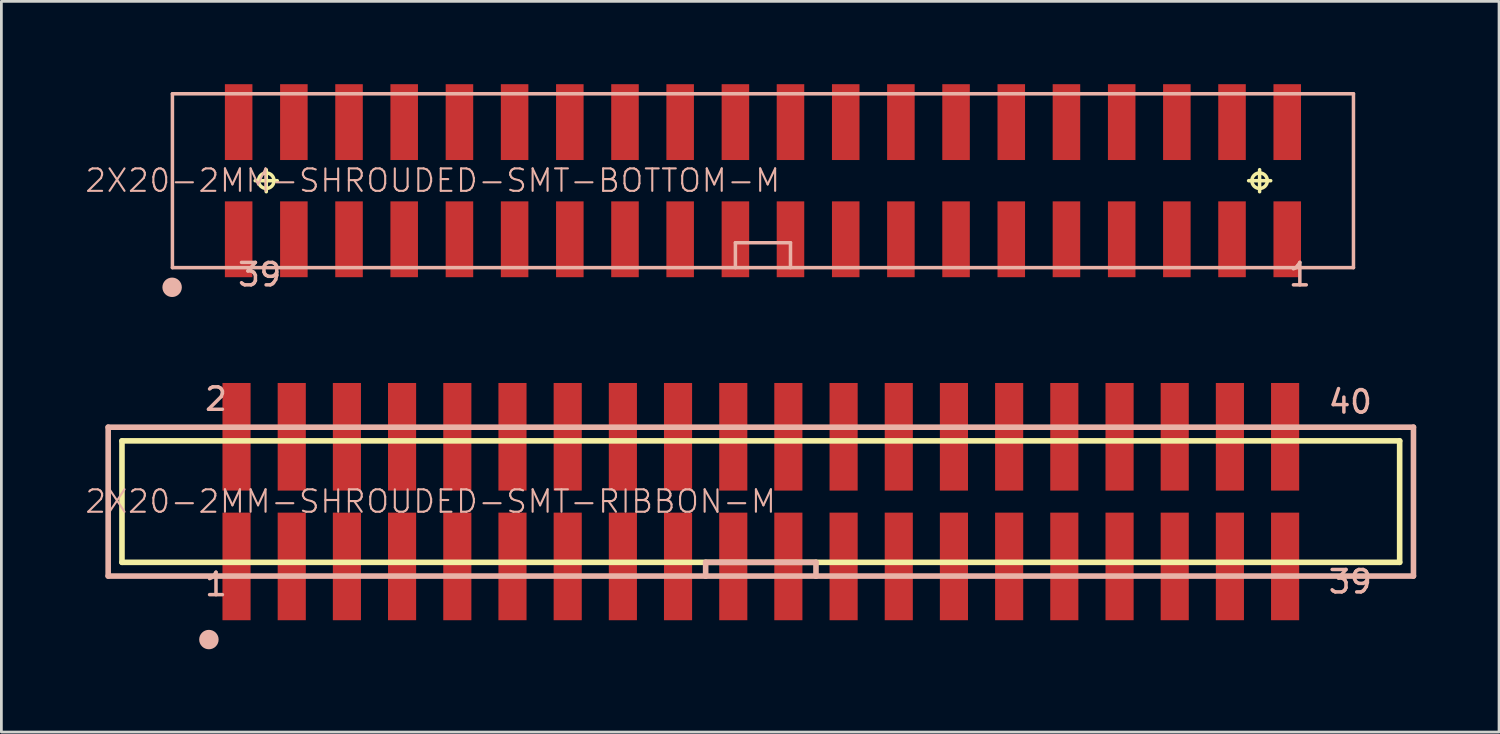
<source format=kicad_pcb>
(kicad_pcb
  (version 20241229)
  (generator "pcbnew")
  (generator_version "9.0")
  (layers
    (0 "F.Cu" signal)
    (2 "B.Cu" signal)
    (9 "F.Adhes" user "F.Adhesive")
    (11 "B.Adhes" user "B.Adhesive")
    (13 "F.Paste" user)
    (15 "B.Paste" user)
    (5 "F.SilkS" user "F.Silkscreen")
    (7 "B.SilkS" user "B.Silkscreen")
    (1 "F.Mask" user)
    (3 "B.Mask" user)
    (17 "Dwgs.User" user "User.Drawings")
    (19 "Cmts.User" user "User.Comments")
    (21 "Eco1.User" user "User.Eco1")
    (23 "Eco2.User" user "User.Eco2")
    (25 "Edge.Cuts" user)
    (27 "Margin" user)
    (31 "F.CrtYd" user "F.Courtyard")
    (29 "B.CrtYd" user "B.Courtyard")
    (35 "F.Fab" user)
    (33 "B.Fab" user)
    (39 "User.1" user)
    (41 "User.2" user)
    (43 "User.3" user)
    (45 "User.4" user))
  (footprint "2X20-2MM-SHROUDED-SMT-BOTTOM-M"
    (layer "F.Cu")
    (at 24.597 3.498)
    (property "Reference" "2X20-2MM-SHROUDED-SMT-BOTTOM-M" (at -11.966 -0.005 0) (layer "B.SilkS") (effects (font (size 0.813 0.813) (thickness 0.076))))
    (attr smd)
    (fp_line (start -18.4 0) (end -17.6 0) (stroke (width 0.127) (type solid)) (layer "F.SilkS"))
    (fp_line (start -17.998 0.399) (end -17.998 -0.399) (stroke (width 0.127) (type solid)) (layer "F.SilkS"))
    (fp_line (start 17.6 0) (end 18.4 0) (stroke (width 0.127) (type solid)) (layer "F.SilkS"))
    (fp_line (start 17.998 0.399) (end 17.998 -0.399) (stroke (width 0.127) (type solid)) (layer "F.SilkS"))
    (fp_circle (center -17.998 0) (end -18.197 0.198) (stroke (width 0.127) (type solid)) (fill no) (layer "F.SilkS"))
    (fp_circle (center 17.998 0) (end 18.197 0.198) (stroke (width 0.127) (type solid)) (fill no) (layer "F.SilkS"))
    (fp_line (start -21.399 -3.15) (end 21.399 -3.15) (stroke (width 0.127) (type solid)) (layer "B.SilkS"))
    (fp_line (start -21.399 3.15) (end -21.399 -3.15) (stroke (width 0.127) (type solid)) (layer "B.SilkS"))
    (fp_line (start -0.998 2.248) (end 0.998 2.248) (stroke (width 0.127) (type solid)) (layer "B.SilkS"))
    (fp_line (start -0.998 3.15) (end -0.998 2.248) (stroke (width 0.127) (type solid)) (layer "B.SilkS"))
    (fp_line (start 0.998 2.248) (end 0.998 3.15) (stroke (width 0.127) (type solid)) (layer "B.SilkS"))
    (fp_line (start 21.399 -3.15) (end 21.399 3.15) (stroke (width 0.127) (type solid)) (layer "B.SilkS"))
    (fp_line (start 21.399 3.15) (end -21.399 3.15) (stroke (width 0.127) (type solid)) (layer "B.SilkS"))
    (fp_circle (center -21.41 3.863) (end -21.659 4.112) (stroke (width 0) (type solid)) (fill yes) (layer "B.SilkS"))
    (fp_text user "1" (at 19.456 3.404 0) (layer "B.SilkS") (effects (font (size 0.813 0.813) (thickness 0.127))))
    (fp_text user "39" (at -18.237 3.404 0) (layer "B.SilkS") (effects (font (size 0.813 0.813) (thickness 0.127))))
    (pad "1" smd rect (at 18.999 2.123 180) (size 0.998 2.748) (layers "F.Cu" "F.Mask" "F.Paste"))
    (pad "2" smd rect (at 18.999 -2.123 180) (size 0.998 2.748) (layers "F.Cu" "F.Mask" "F.Paste"))
    (pad "3" smd rect (at 16.998 2.123 180) (size 0.998 2.748) (layers "F.Cu" "F.Mask" "F.Paste"))
    (pad "4" smd rect (at 16.998 -2.123 180) (size 0.998 2.748) (layers "F.Cu" "F.Mask" "F.Paste"))
    (pad "5" smd rect (at 14.999 2.123 180) (size 0.998 2.748) (layers "F.Cu" "F.Mask" "F.Paste"))
    (pad "6" smd rect (at 14.999 -2.123 180) (size 0.998 2.748) (layers "F.Cu" "F.Mask" "F.Paste"))
    (pad "7" smd rect (at 13 2.123 180) (size 0.998 2.748) (layers "F.Cu" "F.Mask" "F.Paste"))
    (pad "8" smd rect (at 13 -2.123 180) (size 0.998 2.748) (layers "F.Cu" "F.Mask" "F.Paste"))
    (pad "9" smd rect (at 10.998 2.123 180) (size 0.998 2.748) (layers "F.Cu" "F.Mask" "F.Paste"))
    (pad "10" smd rect (at 10.998 -2.123 180) (size 0.998 2.748) (layers "F.Cu" "F.Mask" "F.Paste"))
    (pad "11" smd rect (at 8.999 2.123 180) (size 0.998 2.748) (layers "F.Cu" "F.Mask" "F.Paste"))
    (pad "12" smd rect (at 8.999 -2.123 180) (size 0.998 2.748) (layers "F.Cu" "F.Mask" "F.Paste"))
    (pad "13" smd rect (at 6.998 2.123 180) (size 0.998 2.748) (layers "F.Cu" "F.Mask" "F.Paste"))
    (pad "14" smd rect (at 6.998 -2.123 180) (size 0.998 2.748) (layers "F.Cu" "F.Mask" "F.Paste"))
    (pad "15" smd rect (at 4.999 2.123 180) (size 0.998 2.748) (layers "F.Cu" "F.Mask" "F.Paste"))
    (pad "16" smd rect (at 4.999 -2.123 180) (size 0.998 2.748) (layers "F.Cu" "F.Mask" "F.Paste"))
    (pad "17" smd rect (at 3 2.123 180) (size 0.998 2.748) (layers "F.Cu" "F.Mask" "F.Paste"))
    (pad "18" smd rect (at 3 -2.123 180) (size 0.998 2.748) (layers "F.Cu" "F.Mask" "F.Paste"))
    (pad "19" smd rect (at 0.998 2.123 180) (size 0.998 2.748) (layers "F.Cu" "F.Mask" "F.Paste"))
    (pad "20" smd rect (at 0.998 -2.123 180) (size 0.998 2.748) (layers "F.Cu" "F.Mask" "F.Paste"))
    (pad "21" smd rect (at -0.998 2.123 180) (size 0.998 2.748) (layers "F.Cu" "F.Mask" "F.Paste"))
    (pad "22" smd rect (at -0.998 -2.123 180) (size 0.998 2.748) (layers "F.Cu" "F.Mask" "F.Paste"))
    (pad "23" smd rect (at -3 2.123 180) (size 0.998 2.748) (layers "F.Cu" "F.Mask" "F.Paste"))
    (pad "24" smd rect (at -3 -2.123 180) (size 0.998 2.748) (layers "F.Cu" "F.Mask" "F.Paste"))
    (pad "25" smd rect (at -4.999 2.123 180) (size 0.998 2.748) (layers "F.Cu" "F.Mask" "F.Paste"))
    (pad "26" smd rect (at -4.999 -2.123 180) (size 0.998 2.748) (layers "F.Cu" "F.Mask" "F.Paste"))
    (pad "27" smd rect (at -6.998 2.123 180) (size 0.998 2.748) (layers "F.Cu" "F.Mask" "F.Paste"))
    (pad "28" smd rect (at -6.998 -2.123 180) (size 0.998 2.748) (layers "F.Cu" "F.Mask" "F.Paste"))
    (pad "29" smd rect (at -8.999 2.123 180) (size 0.998 2.748) (layers "F.Cu" "F.Mask" "F.Paste"))
    (pad "30" smd rect (at -8.999 -2.123 180) (size 0.998 2.748) (layers "F.Cu" "F.Mask" "F.Paste"))
    (pad "31" smd rect (at -10.998 2.123 180) (size 0.998 2.748) (layers "F.Cu" "F.Mask" "F.Paste"))
    (pad "32" smd rect (at -10.998 -2.123 180) (size 0.998 2.748) (layers "F.Cu" "F.Mask" "F.Paste"))
    (pad "33" smd rect (at -13 2.123 180) (size 0.998 2.748) (layers "F.Cu" "F.Mask" "F.Paste"))
    (pad "34" smd rect (at -13 -2.123 180) (size 0.998 2.748) (layers "F.Cu" "F.Mask" "F.Paste"))
    (pad "35" smd rect (at -14.999 2.123 180) (size 0.998 2.748) (layers "F.Cu" "F.Mask" "F.Paste"))
    (pad "36" smd rect (at -14.999 -2.123 180) (size 0.998 2.748) (layers "F.Cu" "F.Mask" "F.Paste"))
    (pad "37" smd rect (at -16.998 2.123 180) (size 0.998 2.748) (layers "F.Cu" "F.Mask" "F.Paste"))
    (pad "38" smd rect (at -16.998 -2.123 180) (size 0.998 2.748) (layers "F.Cu" "F.Mask" "F.Paste"))
    (pad "39" smd rect (at -18.999 2.123 180) (size 0.998 2.748) (layers "F.Cu" "F.Mask" "F.Paste"))
    (pad "40" smd rect (at -18.999 -2.123 180) (size 0.998 2.748) (layers "F.Cu" "F.Mask" "F.Paste")))
  (footprint "2X20-2MM-SHROUDED-SMT-RIBBON-M"
    (layer "F.Cu")
    (at 24.52 15.127)
    (property "Reference" "2X20-2MM-SHROUDED-SMT-RIBBON-M" (at -11.966 -0.005 0) (layer "B.SilkS") (effects (font (size 0.813 0.813) (thickness 0.076))))
    (attr smd)
    (fp_line (start -23.15 -2.2) (end -23.15 2.2) (stroke (width 0.203) (type solid)) (layer "F.SilkS"))
    (fp_line (start -23.15 2.2) (end 23.15 2.2) (stroke (width 0.203) (type solid)) (layer "F.SilkS"))
    (fp_line (start 23.15 -2.2) (end -23.15 -2.2) (stroke (width 0.203) (type solid)) (layer "F.SilkS"))
    (fp_line (start 23.15 2.2) (end 23.15 -2.2) (stroke (width 0.203) (type solid)) (layer "F.SilkS"))
    (fp_line (start -23.65 -2.697) (end 23.65 -2.697) (stroke (width 0.203) (type solid)) (layer "B.SilkS"))
    (fp_line (start -23.65 2.697) (end -23.65 -2.697) (stroke (width 0.203) (type solid)) (layer "B.SilkS"))
    (fp_line (start -1.999 2.2) (end 1.999 2.2) (stroke (width 0.203) (type solid)) (layer "B.SilkS"))
    (fp_line (start -1.999 2.697) (end -23.65 2.697) (stroke (width 0.203) (type solid)) (layer "B.SilkS"))
    (fp_line (start -1.999 2.697) (end -1.999 2.2) (stroke (width 0.203) (type solid)) (layer "B.SilkS"))
    (fp_line (start 1.999 2.2) (end 1.999 2.697) (stroke (width 0.203) (type solid)) (layer "B.SilkS"))
    (fp_line (start 1.999 2.697) (end -1.999 2.697) (stroke (width 0.203) (type solid)) (layer "B.SilkS"))
    (fp_line (start 23.65 -2.697) (end 23.65 2.697) (stroke (width 0.203) (type solid)) (layer "B.SilkS"))
    (fp_line (start 23.65 2.697) (end 1.999 2.697) (stroke (width 0.203) (type solid)) (layer "B.SilkS"))
    (fp_circle (center -20 4.999) (end -20.249 5.248) (stroke (width 0) (type solid)) (fill yes) (layer "B.SilkS"))
    (fp_text user "40" (at 21.361 -3.614 0) (layer "B.SilkS") (effects (font (size 0.813 0.813) (thickness 0.127))))
    (fp_text user "2" (at -19.743 -3.716 0) (layer "B.SilkS") (effects (font (size 0.813 0.813) (thickness 0.127))))
    (fp_text user "1" (at -19.743 3.002 0) (layer "B.SilkS") (effects (font (size 0.813 0.813) (thickness 0.127))))
    (fp_text user "39" (at 21.361 2.903 0) (layer "B.SilkS") (effects (font (size 0.813 0.813) (thickness 0.127))))
    (pad "1" smd rect (at -18.999 2.349) (size 1.019 3.899) (layers "F.Cu" "F.Mask" "F.Paste"))
    (pad "2" smd rect (at -18.999 -2.349) (size 1.019 3.899) (layers "F.Cu" "F.Mask" "F.Paste"))
    (pad "3" smd rect (at -16.998 2.349) (size 1.019 3.899) (layers "F.Cu" "F.Mask" "F.Paste"))
    (pad "4" smd rect (at -16.998 -2.349) (size 1.019 3.899) (layers "F.Cu" "F.Mask" "F.Paste"))
    (pad "5" smd rect (at -14.999 2.349) (size 1.019 3.899) (layers "F.Cu" "F.Mask" "F.Paste"))
    (pad "6" smd rect (at -14.999 -2.349) (size 1.019 3.899) (layers "F.Cu" "F.Mask" "F.Paste"))
    (pad "7" smd rect (at -13 2.349) (size 1.019 3.899) (layers "F.Cu" "F.Mask" "F.Paste"))
    (pad "8" smd rect (at -13 -2.349) (size 1.019 3.899) (layers "F.Cu" "F.Mask" "F.Paste"))
    (pad "9" smd rect (at -10.998 2.349) (size 1.019 3.899) (layers "F.Cu" "F.Mask" "F.Paste"))
    (pad "10" smd rect (at -10.998 -2.349) (size 1.019 3.899) (layers "F.Cu" "F.Mask" "F.Paste"))
    (pad "11" smd rect (at -8.999 2.349) (size 1.019 3.899) (layers "F.Cu" "F.Mask" "F.Paste"))
    (pad "12" smd rect (at -8.999 -2.349) (size 1.019 3.899) (layers "F.Cu" "F.Mask" "F.Paste"))
    (pad "13" smd rect (at -6.998 2.349) (size 1.019 3.899) (layers "F.Cu" "F.Mask" "F.Paste"))
    (pad "14" smd rect (at -6.998 -2.349) (size 1.019 3.899) (layers "F.Cu" "F.Mask" "F.Paste"))
    (pad "15" smd rect (at -4.999 2.349) (size 1.019 3.899) (layers "F.Cu" "F.Mask" "F.Paste"))
    (pad "16" smd rect (at -4.999 -2.349) (size 1.019 3.899) (layers "F.Cu" "F.Mask" "F.Paste"))
    (pad "17" smd rect (at -3 2.349) (size 1.019 3.899) (layers "F.Cu" "F.Mask" "F.Paste"))
    (pad "18" smd rect (at -3 -2.349) (size 1.019 3.899) (layers "F.Cu" "F.Mask" "F.Paste"))
    (pad "19" smd rect (at -0.998 2.349) (size 1.019 3.899) (layers "F.Cu" "F.Mask" "F.Paste"))
    (pad "20" smd rect (at -0.998 -2.349) (size 1.019 3.899) (layers "F.Cu" "F.Mask" "F.Paste"))
    (pad "21" smd rect (at 0.998 2.349) (size 1.019 3.899) (layers "F.Cu" "F.Mask" "F.Paste"))
    (pad "22" smd rect (at 0.998 -2.349) (size 1.019 3.899) (layers "F.Cu" "F.Mask" "F.Paste"))
    (pad "23" smd rect (at 3 2.349) (size 1.019 3.899) (layers "F.Cu" "F.Mask" "F.Paste"))
    (pad "24" smd rect (at 3 -2.349) (size 1.019 3.899) (layers "F.Cu" "F.Mask" "F.Paste"))
    (pad "25" smd rect (at 4.999 2.349) (size 1.019 3.899) (layers "F.Cu" "F.Mask" "F.Paste"))
    (pad "26" smd rect (at 4.999 -2.349) (size 1.019 3.899) (layers "F.Cu" "F.Mask" "F.Paste"))
    (pad "27" smd rect (at 6.998 2.349) (size 1.019 3.899) (layers "F.Cu" "F.Mask" "F.Paste"))
    (pad "28" smd rect (at 6.998 -2.349) (size 1.019 3.899) (layers "F.Cu" "F.Mask" "F.Paste"))
    (pad "29" smd rect (at 8.999 2.349) (size 1.019 3.899) (layers "F.Cu" "F.Mask" "F.Paste"))
    (pad "30" smd rect (at 8.999 -2.349) (size 1.019 3.899) (layers "F.Cu" "F.Mask" "F.Paste"))
    (pad "31" smd rect (at 10.998 2.349) (size 1.019 3.899) (layers "F.Cu" "F.Mask" "F.Paste"))
    (pad "32" smd rect (at 10.998 -2.349) (size 1.019 3.899) (layers "F.Cu" "F.Mask" "F.Paste"))
    (pad "33" smd rect (at 13 2.349) (size 1.019 3.899) (layers "F.Cu" "F.Mask" "F.Paste"))
    (pad "34" smd rect (at 13 -2.349) (size 1.019 3.899) (layers "F.Cu" "F.Mask" "F.Paste"))
    (pad "35" smd rect (at 14.999 2.349) (size 1.019 3.899) (layers "F.Cu" "F.Mask" "F.Paste"))
    (pad "36" smd rect (at 14.999 -2.349) (size 1.019 3.899) (layers "F.Cu" "F.Mask" "F.Paste"))
    (pad "37" smd rect (at 16.998 2.349) (size 1.019 3.899) (layers "F.Cu" "F.Mask" "F.Paste"))
    (pad "38" smd rect (at 16.998 -2.349) (size 1.019 3.899) (layers "F.Cu" "F.Mask" "F.Paste"))
    (pad "39" smd rect (at 18.999 2.349) (size 1.019 3.899) (layers "F.Cu" "F.Mask" "F.Paste"))
    (pad "40" smd rect (at 18.999 -2.349) (size 1.019 3.899) (layers "F.Cu" "F.Mask" "F.Paste")))
  (gr_rect
    (start -3 -3)
    (end 51.271 23.478)
    (stroke (width 0.1) (type default))
    (fill no)
    (layer "Edge.Cuts")))
</source>
